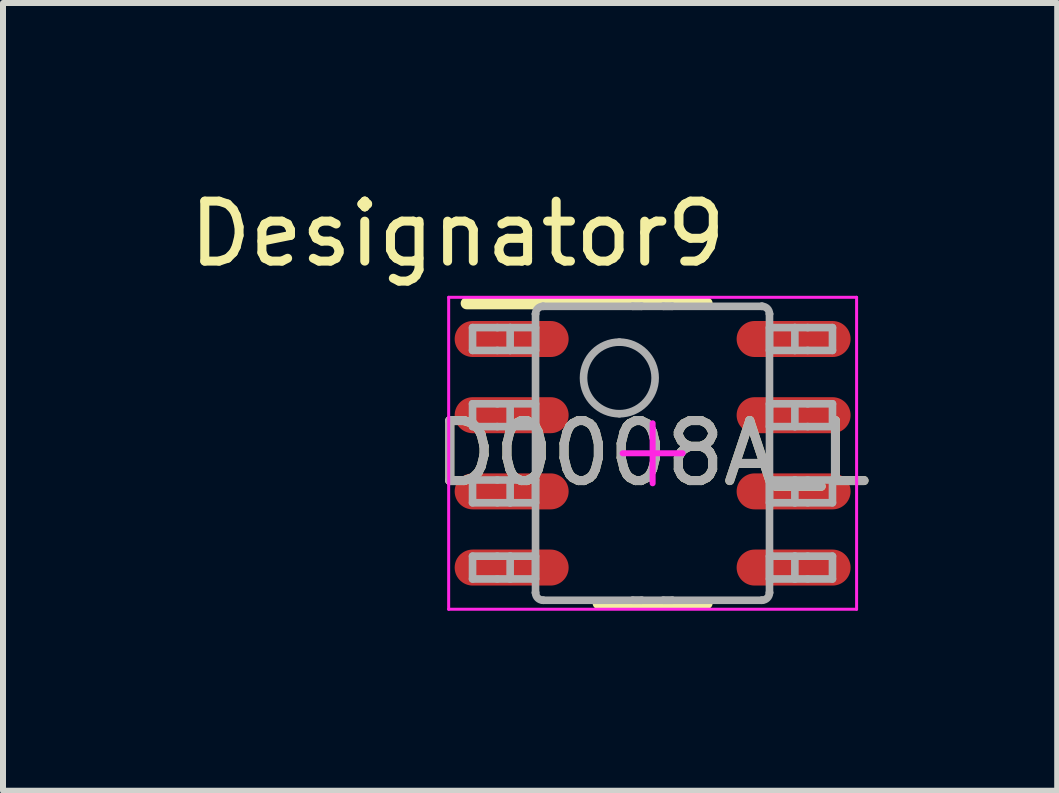
<source format=kicad_pcb>
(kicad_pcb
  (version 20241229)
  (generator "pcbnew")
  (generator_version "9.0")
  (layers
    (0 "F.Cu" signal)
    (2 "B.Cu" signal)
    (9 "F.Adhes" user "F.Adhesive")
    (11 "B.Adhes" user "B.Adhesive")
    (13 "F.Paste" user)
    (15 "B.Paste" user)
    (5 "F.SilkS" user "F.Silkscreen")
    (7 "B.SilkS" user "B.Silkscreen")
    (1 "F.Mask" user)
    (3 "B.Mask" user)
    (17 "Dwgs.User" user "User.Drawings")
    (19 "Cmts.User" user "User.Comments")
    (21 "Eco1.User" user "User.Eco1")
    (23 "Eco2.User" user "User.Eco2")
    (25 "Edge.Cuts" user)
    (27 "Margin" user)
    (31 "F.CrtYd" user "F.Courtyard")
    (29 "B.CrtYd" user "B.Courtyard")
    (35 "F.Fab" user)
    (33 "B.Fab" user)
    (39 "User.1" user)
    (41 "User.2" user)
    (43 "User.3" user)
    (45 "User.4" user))
  (footprint "D0008A_L"
    (layer "F.Cu")
    (at 7.829 4.506)
    (property "Reference" "D0008A_L" (at 0 0 0) (unlocked yes) (layer "F.SilkS") (effects (font (size 1 1) (thickness 0.15))))
    (attr smd)
    (fp_line (start -3.1 -2.5) (end 0.9 -2.5) (stroke (width 0.2) (type solid)) (layer "F.SilkS"))
    (fp_line (start -0.9 2.5) (end 0.9 2.5) (stroke (width 0.2) (type solid)) (layer "F.SilkS"))
    (fp_line (start -3.4 -2.6) (end 3.4 -2.6) (stroke (width 0.05) (type solid)) (layer "F.CrtYd"))
    (fp_line (start -3.4 2.6) (end -3.4 -2.6) (stroke (width 0.05) (type solid)) (layer "F.CrtYd"))
    (fp_line (start -3.4 2.6) (end 3.4 2.6) (stroke (width 0.05) (type solid)) (layer "F.CrtYd"))
    (fp_line (start -0.5 0) (end 0.5 0) (stroke (width 0.1) (type solid)) (layer "F.CrtYd"))
    (fp_line (start 0 0.5) (end 0 -0.5) (stroke (width 0.1) (type solid)) (layer "F.CrtYd"))
    (fp_line (start 3.4 2.6) (end 3.4 -2.6) (stroke (width 0.05) (type solid)) (layer "F.CrtYd"))
    (fp_line (start -3.002 -2.095) (end -2.589 -2.095) (stroke (width 0.127) (type solid)) (layer "F.Fab"))
    (fp_line (start -3.002 -1.715) (end -3.002 -2.095) (stroke (width 0.127) (type solid)) (layer "F.Fab"))
    (fp_line (start -3.002 -1.715) (end -2.589 -1.715) (stroke (width 0.127) (type solid)) (layer "F.Fab"))
    (fp_line (start -3.002 -0.825) (end -2.589 -0.825) (stroke (width 0.127) (type solid)) (layer "F.Fab"))
    (fp_line (start -3.002 -0.445) (end -3.002 -0.825) (stroke (width 0.127) (type solid)) (layer "F.Fab"))
    (fp_line (start -3.002 -0.445) (end -2.589 -0.445) (stroke (width 0.127) (type solid)) (layer "F.Fab"))
    (fp_line (start -3.002 0.445) (end -2.589 0.445) (stroke (width 0.127) (type solid)) (layer "F.Fab"))
    (fp_line (start -3.002 0.825) (end -3.002 0.445) (stroke (width 0.127) (type solid)) (layer "F.Fab"))
    (fp_line (start -3.002 0.825) (end -2.589 0.825) (stroke (width 0.127) (type solid)) (layer "F.Fab"))
    (fp_line (start -3.002 1.715) (end -2.589 1.715) (stroke (width 0.127) (type solid)) (layer "F.Fab"))
    (fp_line (start -3.002 2.095) (end -3.002 1.715) (stroke (width 0.127) (type solid)) (layer "F.Fab"))
    (fp_line (start -3.002 2.095) (end -2.589 2.095) (stroke (width 0.127) (type solid)) (layer "F.Fab"))
    (fp_line (start -2.589 -2.095) (end -2.375 -2.095) (stroke (width 0.127) (type solid)) (layer "F.Fab"))
    (fp_line (start -2.589 -1.715) (end -2.375 -1.715) (stroke (width 0.127) (type solid)) (layer "F.Fab"))
    (fp_line (start -2.589 -0.825) (end -2.375 -0.825) (stroke (width 0.127) (type solid)) (layer "F.Fab"))
    (fp_line (start -2.589 -0.445) (end -2.375 -0.445) (stroke (width 0.127) (type solid)) (layer "F.Fab"))
    (fp_line (start -2.589 0.445) (end -2.375 0.445) (stroke (width 0.127) (type solid)) (layer "F.Fab"))
    (fp_line (start -2.589 0.825) (end -2.375 0.825) (stroke (width 0.127) (type solid)) (layer "F.Fab"))
    (fp_line (start -2.589 1.715) (end -2.375 1.715) (stroke (width 0.127) (type solid)) (layer "F.Fab"))
    (fp_line (start -2.589 2.095) (end -2.375 2.095) (stroke (width 0.127) (type solid)) (layer "F.Fab"))
    (fp_line (start -2.375 -2.095) (end -1.995 -2.095) (stroke (width 0.127) (type solid)) (layer "F.Fab"))
    (fp_line (start -2.375 -1.715) (end -2.375 -2.095) (stroke (width 0.127) (type solid)) (layer "F.Fab"))
    (fp_line (start -2.375 -1.715) (end -1.995 -1.715) (stroke (width 0.127) (type solid)) (layer "F.Fab"))
    (fp_line (start -2.375 -0.825) (end -1.995 -0.825) (stroke (width 0.127) (type solid)) (layer "F.Fab"))
    (fp_line (start -2.375 -0.445) (end -2.375 -0.825) (stroke (width 0.127) (type solid)) (layer "F.Fab"))
    (fp_line (start -2.375 -0.445) (end -1.995 -0.445) (stroke (width 0.127) (type solid)) (layer "F.Fab"))
    (fp_line (start -2.375 0.445) (end -1.995 0.445) (stroke (width 0.127) (type solid)) (layer "F.Fab"))
    (fp_line (start -2.375 0.825) (end -2.375 0.445) (stroke (width 0.127) (type solid)) (layer "F.Fab"))
    (fp_line (start -2.375 0.825) (end -1.995 0.825) (stroke (width 0.127) (type solid)) (layer "F.Fab"))
    (fp_line (start -2.375 1.715) (end -1.995 1.715) (stroke (width 0.127) (type solid)) (layer "F.Fab"))
    (fp_line (start -2.375 2.095) (end -2.375 1.715) (stroke (width 0.127) (type solid)) (layer "F.Fab"))
    (fp_line (start -2.375 2.095) (end -1.995 2.095) (stroke (width 0.127) (type solid)) (layer "F.Fab"))
    (fp_line (start -1.995 -2.095) (end -1.952 -2.095) (stroke (width 0.127) (type solid)) (layer "F.Fab"))
    (fp_line (start -1.995 -1.715) (end -1.952 -1.715) (stroke (width 0.127) (type solid)) (layer "F.Fab"))
    (fp_line (start -1.995 -0.825) (end -1.952 -0.825) (stroke (width 0.127) (type solid)) (layer "F.Fab"))
    (fp_line (start -1.995 -0.445) (end -1.952 -0.445) (stroke (width 0.127) (type solid)) (layer "F.Fab"))
    (fp_line (start -1.995 0.445) (end -1.952 0.445) (stroke (width 0.127) (type solid)) (layer "F.Fab"))
    (fp_line (start -1.995 0.825) (end -1.952 0.825) (stroke (width 0.127) (type solid)) (layer "F.Fab"))
    (fp_line (start -1.995 1.715) (end -1.952 1.715) (stroke (width 0.127) (type solid)) (layer "F.Fab"))
    (fp_line (start -1.995 2.095) (end -1.952 2.095) (stroke (width 0.127) (type solid)) (layer "F.Fab"))
    (fp_line (start -1.952 -2.323) (end -1.952 -2.324) (stroke (width 0.127) (type solid)) (layer "F.Fab"))
    (fp_line (start -1.952 -1.715) (end -1.952 -2.095) (stroke (width 0.127) (type solid)) (layer "F.Fab"))
    (fp_line (start -1.952 -0.445) (end -1.952 -0.825) (stroke (width 0.127) (type solid)) (layer "F.Fab"))
    (fp_line (start -1.952 0.825) (end -1.952 0.445) (stroke (width 0.127) (type solid)) (layer "F.Fab"))
    (fp_line (start -1.952 2.095) (end -1.952 1.715) (stroke (width 0.127) (type solid)) (layer "F.Fab"))
    (fp_line (start -1.952 2.323) (end -1.952 -2.323) (stroke (width 0.127) (type solid)) (layer "F.Fab"))
    (fp_line (start -1.952 2.324) (end -1.952 2.323) (stroke (width 0.127) (type solid)) (layer "F.Fab"))
    (fp_line (start -1.826 -2.45) (end -1.825 -2.45) (stroke (width 0.127) (type solid)) (layer "F.Fab"))
    (fp_line (start -1.826 2.45) (end -1.825 2.45) (stroke (width 0.127) (type solid)) (layer "F.Fab"))
    (fp_line (start -1.825 -2.45) (end -0.332 -2.45) (stroke (width 0.127) (type solid)) (layer "F.Fab"))
    (fp_line (start -1.825 2.45) (end -0.332 2.45) (stroke (width 0.127) (type solid)) (layer "F.Fab"))
    (fp_line (start -0.332 -2.45) (end -0.182 -2.45) (stroke (width 0.127) (type solid)) (layer "F.Fab"))
    (fp_line (start -0.332 -2.45) (end -0.182 -2.45) (stroke (width 0.127) (type solid)) (layer "F.Fab"))
    (fp_line (start -0.332 2.45) (end -0.182 2.45) (stroke (width 0.127) (type solid)) (layer "F.Fab"))
    (fp_line (start -0.332 2.45) (end -0.182 2.45) (stroke (width 0.127) (type solid)) (layer "F.Fab"))
    (fp_line (start -0.182 -2.45) (end 0.178 -2.45) (stroke (width 0.127) (type solid)) (layer "F.Fab"))
    (fp_line (start -0.182 2.45) (end 0.178 2.45) (stroke (width 0.127) (type solid)) (layer "F.Fab"))
    (fp_line (start 0.178 -2.45) (end 0.328 -2.45) (stroke (width 0.127) (type solid)) (layer "F.Fab"))
    (fp_line (start 0.178 -2.45) (end 0.328 -2.45) (stroke (width 0.127) (type solid)) (layer "F.Fab"))
    (fp_line (start 0.178 2.45) (end 0.328 2.45) (stroke (width 0.127) (type solid)) (layer "F.Fab"))
    (fp_line (start 0.178 2.45) (end 0.328 2.45) (stroke (width 0.127) (type solid)) (layer "F.Fab"))
    (fp_line (start 0.328 -2.45) (end 1.821 -2.45) (stroke (width 0.127) (type solid)) (layer "F.Fab"))
    (fp_line (start 0.328 2.45) (end 1.821 2.45) (stroke (width 0.127) (type solid)) (layer "F.Fab"))
    (fp_line (start 1.821 -2.45) (end 1.822 -2.45) (stroke (width 0.127) (type solid)) (layer "F.Fab"))
    (fp_line (start 1.821 2.45) (end 1.822 2.45) (stroke (width 0.127) (type solid)) (layer "F.Fab"))
    (fp_line (start 1.948 -2.323) (end 1.948 -2.324) (stroke (width 0.127) (type solid)) (layer "F.Fab"))
    (fp_line (start 1.948 -2.095) (end 1.991 -2.095) (stroke (width 0.127) (type solid)) (layer "F.Fab"))
    (fp_line (start 1.948 -1.715) (end 1.948 -2.095) (stroke (width 0.127) (type solid)) (layer "F.Fab"))
    (fp_line (start 1.948 -1.715) (end 1.991 -1.715) (stroke (width 0.127) (type solid)) (layer "F.Fab"))
    (fp_line (start 1.948 -0.825) (end 1.991 -0.825) (stroke (width 0.127) (type solid)) (layer "F.Fab"))
    (fp_line (start 1.948 -0.445) (end 1.948 -0.825) (stroke (width 0.127) (type solid)) (layer "F.Fab"))
    (fp_line (start 1.948 -0.445) (end 1.991 -0.445) (stroke (width 0.127) (type solid)) (layer "F.Fab"))
    (fp_line (start 1.948 0.445) (end 1.991 0.445) (stroke (width 0.127) (type solid)) (layer "F.Fab"))
    (fp_line (start 1.948 0.825) (end 1.948 0.445) (stroke (width 0.127) (type solid)) (layer "F.Fab"))
    (fp_line (start 1.948 0.825) (end 1.991 0.825) (stroke (width 0.127) (type solid)) (layer "F.Fab"))
    (fp_line (start 1.948 1.715) (end 1.991 1.715) (stroke (width 0.127) (type solid)) (layer "F.Fab"))
    (fp_line (start 1.948 2.095) (end 1.948 1.715) (stroke (width 0.127) (type solid)) (layer "F.Fab"))
    (fp_line (start 1.948 2.095) (end 1.991 2.095) (stroke (width 0.127) (type solid)) (layer "F.Fab"))
    (fp_line (start 1.948 2.323) (end 1.948 -2.323) (stroke (width 0.127) (type solid)) (layer "F.Fab"))
    (fp_line (start 1.948 2.324) (end 1.948 2.323) (stroke (width 0.127) (type solid)) (layer "F.Fab"))
    (fp_line (start 1.991 -2.095) (end 2.371 -2.095) (stroke (width 0.127) (type solid)) (layer "F.Fab"))
    (fp_line (start 1.991 -1.715) (end 2.371 -1.715) (stroke (width 0.127) (type solid)) (layer "F.Fab"))
    (fp_line (start 1.991 -0.825) (end 2.371 -0.825) (stroke (width 0.127) (type solid)) (layer "F.Fab"))
    (fp_line (start 1.991 -0.445) (end 2.371 -0.445) (stroke (width 0.127) (type solid)) (layer "F.Fab"))
    (fp_line (start 1.991 0.445) (end 2.371 0.445) (stroke (width 0.127) (type solid)) (layer "F.Fab"))
    (fp_line (start 1.991 0.825) (end 2.371 0.825) (stroke (width 0.127) (type solid)) (layer "F.Fab"))
    (fp_line (start 1.991 1.715) (end 2.371 1.715) (stroke (width 0.127) (type solid)) (layer "F.Fab"))
    (fp_line (start 1.991 2.095) (end 2.371 2.095) (stroke (width 0.127) (type solid)) (layer "F.Fab"))
    (fp_line (start 2.371 -2.095) (end 2.585 -2.095) (stroke (width 0.127) (type solid)) (layer "F.Fab"))
    (fp_line (start 2.371 -1.715) (end 2.371 -2.095) (stroke (width 0.127) (type solid)) (layer "F.Fab"))
    (fp_line (start 2.371 -1.715) (end 2.585 -1.715) (stroke (width 0.127) (type solid)) (layer "F.Fab"))
    (fp_line (start 2.371 -0.825) (end 2.585 -0.825) (stroke (width 0.127) (type solid)) (layer "F.Fab"))
    (fp_line (start 2.371 -0.445) (end 2.371 -0.825) (stroke (width 0.127) (type solid)) (layer "F.Fab"))
    (fp_line (start 2.371 -0.445) (end 2.585 -0.445) (stroke (width 0.127) (type solid)) (layer "F.Fab"))
    (fp_line (start 2.371 0.445) (end 2.585 0.445) (stroke (width 0.127) (type solid)) (layer "F.Fab"))
    (fp_line (start 2.371 0.825) (end 2.371 0.445) (stroke (width 0.127) (type solid)) (layer "F.Fab"))
    (fp_line (start 2.371 0.825) (end 2.585 0.825) (stroke (width 0.127) (type solid)) (layer "F.Fab"))
    (fp_line (start 2.371 1.715) (end 2.585 1.715) (stroke (width 0.127) (type solid)) (layer "F.Fab"))
    (fp_line (start 2.371 2.095) (end 2.371 1.715) (stroke (width 0.127) (type solid)) (layer "F.Fab"))
    (fp_line (start 2.371 2.095) (end 2.585 2.095) (stroke (width 0.127) (type solid)) (layer "F.Fab"))
    (fp_line (start 2.585 -2.095) (end 2.998 -2.095) (stroke (width 0.127) (type solid)) (layer "F.Fab"))
    (fp_line (start 2.585 -1.715) (end 2.998 -1.715) (stroke (width 0.127) (type solid)) (layer "F.Fab"))
    (fp_line (start 2.585 -0.825) (end 2.998 -0.825) (stroke (width 0.127) (type solid)) (layer "F.Fab"))
    (fp_line (start 2.585 -0.445) (end 2.998 -0.445) (stroke (width 0.127) (type solid)) (layer "F.Fab"))
    (fp_line (start 2.585 0.445) (end 2.998 0.445) (stroke (width 0.127) (type solid)) (layer "F.Fab"))
    (fp_line (start 2.585 0.825) (end 2.998 0.825) (stroke (width 0.127) (type solid)) (layer "F.Fab"))
    (fp_line (start 2.585 1.715) (end 2.998 1.715) (stroke (width 0.127) (type solid)) (layer "F.Fab"))
    (fp_line (start 2.585 2.095) (end 2.998 2.095) (stroke (width 0.127) (type solid)) (layer "F.Fab"))
    (fp_line (start 2.998 -1.715) (end 2.998 -2.095) (stroke (width 0.127) (type solid)) (layer "F.Fab"))
    (fp_line (start 2.998 -0.445) (end 2.998 -0.825) (stroke (width 0.127) (type solid)) (layer "F.Fab"))
    (fp_line (start 2.998 0.825) (end 2.998 0.445) (stroke (width 0.127) (type solid)) (layer "F.Fab"))
    (fp_line (start 2.998 2.095) (end 2.998 1.715) (stroke (width 0.127) (type solid)) (layer "F.Fab"))
    (fp_arc (start -1.952002 -2.323941) (mid -1.914806 -2.412806) (end -1.825941 -2.450002) (stroke (width 0.127) (type solid)) (layer "F.Fab"))
    (fp_arc (start -1.825941 2.449992) (mid -1.914806 2.412795) (end -1.952002 2.323931) (stroke (width 0.127) (type solid)) (layer "F.Fab"))
    (fp_arc (start -0.555 -1.8531) (mid 0.0419 -1.2562) (end -0.555 -0.6593) (stroke (width 0.127) (type solid)) (layer "F.Fab"))
    (fp_arc (start -0.555 -0.6593) (mid -1.1519 -1.2562) (end -0.555 -1.8531) (stroke (width 0.127) (type solid)) (layer "F.Fab"))
    (fp_arc (start 1.821933 -2.450002) (mid 1.910797 -2.412806) (end 1.947994 -2.323941) (stroke (width 0.127) (type solid)) (layer "F.Fab"))
    (fp_arc (start 1.947994 2.323931) (mid 1.910797 2.412795) (end 1.821933 2.449992) (stroke (width 0.127) (type solid)) (layer "F.Fab"))
    (fp_text user "Designator9" (at -3.251 -3.658 0) (unlocked yes) (layer "F.SilkS") (effects (font (size 1 1) (thickness 0.15))))
    (fp_text user "${REFERENCE}" (at 0 0 0) (unlocked yes) (layer "F.Fab") (effects (font (size 1 1) (thickness 0.15))))
    (pad "1" smd oval (at -2.35 -1.905 90) (size 0.6 1.9) (layers "F.Cu" "F.Mask" "F.Paste"))
    (pad "2" smd oval (at -2.35 -0.635 90) (size 0.6 1.9) (layers "F.Cu" "F.Mask" "F.Paste"))
    (pad "3" smd oval (at -2.35 0.635 90) (size 0.6 1.9) (layers "F.Cu" "F.Mask" "F.Paste"))
    (pad "4" smd oval (at -2.35 1.905 90) (size 0.6 1.9) (layers "F.Cu" "F.Mask" "F.Paste"))
    (pad "5" smd oval (at 2.35 1.905 90) (size 0.6 1.9) (layers "F.Cu" "F.Mask" "F.Paste"))
    (pad "6" smd oval (at 2.35 0.635 90) (size 0.6 1.9) (layers "F.Cu" "F.Mask" "F.Paste"))
    (pad "7" smd oval (at 2.35 -0.635 90) (size 0.6 1.9) (layers "F.Cu" "F.Mask" "F.Paste"))
    (pad "8" smd oval (at 2.35 -1.905 90) (size 0.6 1.9) (layers "F.Cu" "F.Mask" "F.Paste")))
  (gr_rect
    (start -3 -3)
    (end 14.573 10.131)
    (stroke (width 0.1) (type default))
    (fill no)
    (layer "Edge.Cuts")))
</source>
